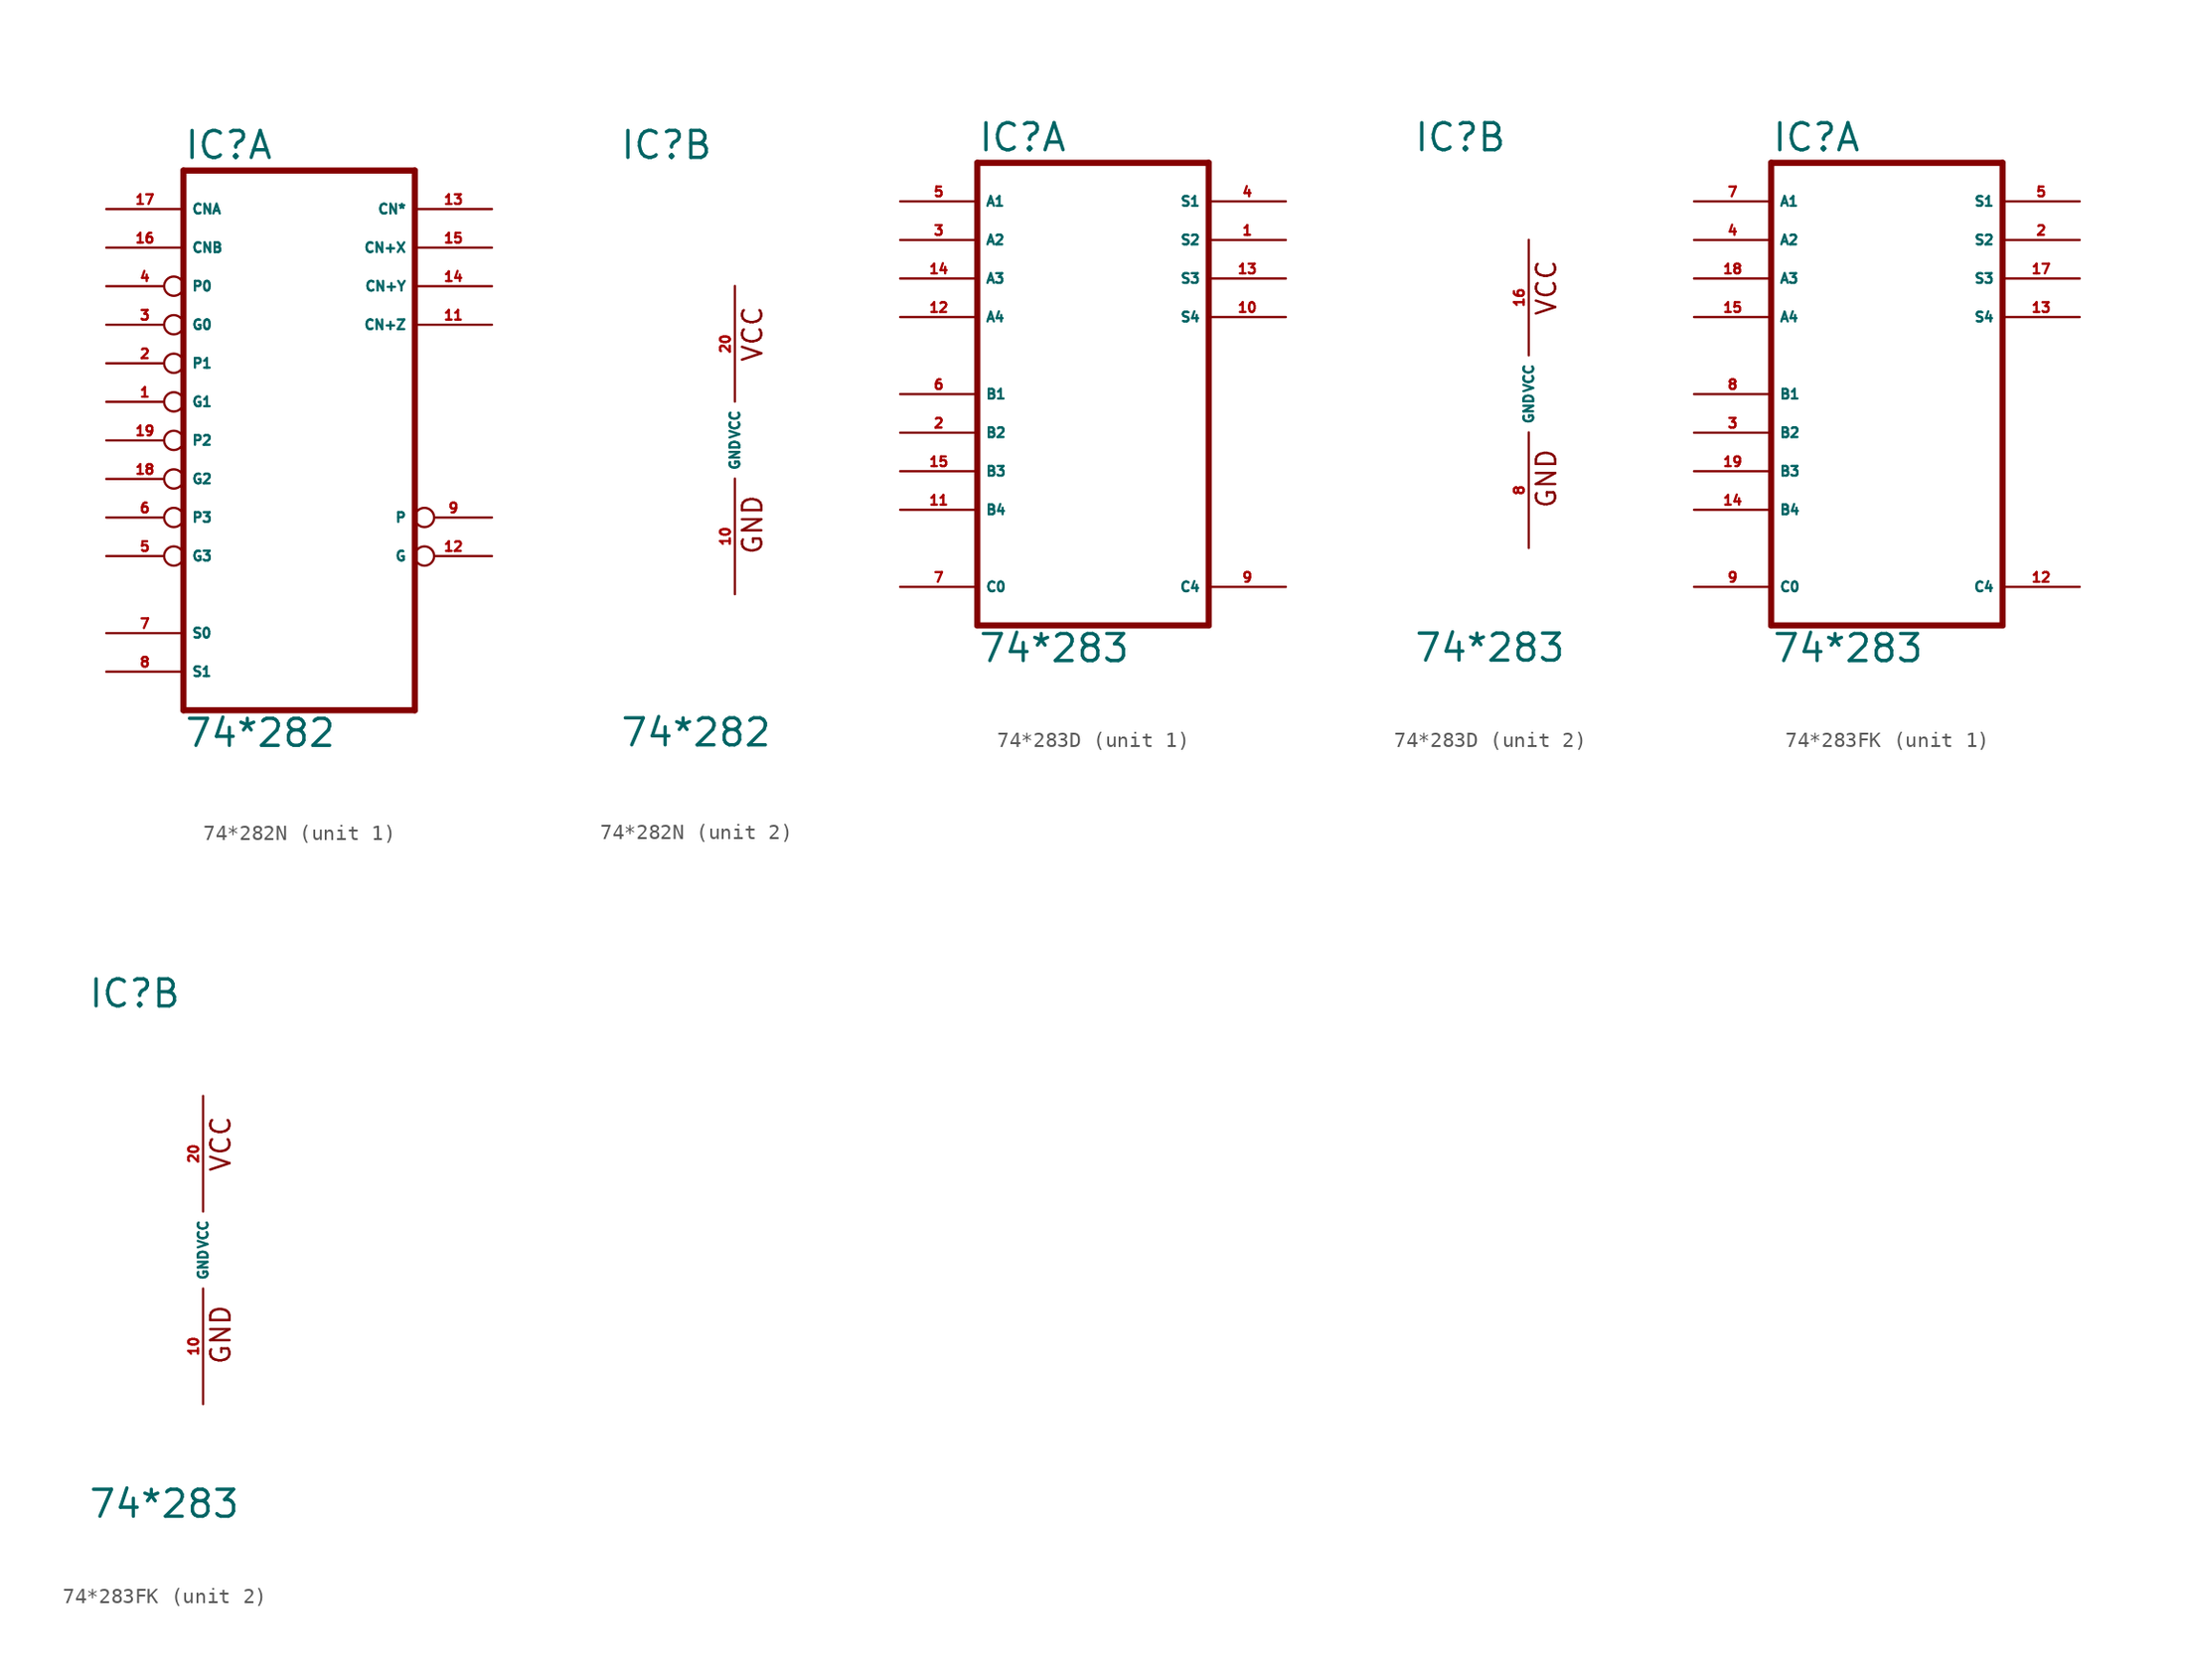
<source format=kicad_sym>
(kicad_symbol_lib
  (version 20220914)
  (generator Eagle2Kicad)
  (symbol "74*282N"
    (property "Reference" "IC"
      (at -7.62 18.415 0)
      (effects (font (size 1.778 1.778) (thickness 0.22)) (justify left bottom)))
    (property "Value" "74*282"
      (at -7.62 -20.32 0)
      (effects (font (size 1.778 1.778) (thickness 0.22)) (justify left bottom)))
    (symbol "74*282N_1_0"
      (polyline (pts (xy -7.62 -17.78) (xy 7.62 -17.78)) (stroke (width 0.406) (type default)) (fill (type none)))
      (polyline (pts (xy 7.62 -17.78) (xy 7.62 17.78)) (stroke (width 0.406) (type default)) (fill (type none)))
      (polyline (pts (xy 7.62 17.78) (xy -7.62 17.78)) (stroke (width 0.406) (type default)) (fill (type none)))
      (polyline (pts (xy -7.62 17.78) (xy -7.62 -17.78)) (stroke (width 0.406) (type default)) (fill (type none)))
      (pin input inverted (at -12.7 2.54 0) (length 5.08) (name "G1" (effects (font (size 0.635 0.635) (thickness 0.08)) (justify left bottom))) (number "1" (effects (font (size 0.635 0.635) (thickness 0.08)) (justify left bottom))))
      (pin input inverted (at -12.7 5.08 0) (length 5.08) (name "P1" (effects (font (size 0.635 0.635) (thickness 0.08)) (justify left bottom))) (number "2" (effects (font (size 0.635 0.635) (thickness 0.08)) (justify left bottom))))
      (pin input inverted (at -12.7 7.62 0) (length 5.08) (name "G0" (effects (font (size 0.635 0.635) (thickness 0.08)) (justify left bottom))) (number "3" (effects (font (size 0.635 0.635) (thickness 0.08)) (justify left bottom))))
      (pin input inverted (at -12.7 10.16 0) (length 5.08) (name "P0" (effects (font (size 0.635 0.635) (thickness 0.08)) (justify left bottom))) (number "4" (effects (font (size 0.635 0.635) (thickness 0.08)) (justify left bottom))))
      (pin input inverted (at -12.7 -7.62 0) (length 5.08) (name "G3" (effects (font (size 0.635 0.635) (thickness 0.08)) (justify left bottom))) (number "5" (effects (font (size 0.635 0.635) (thickness 0.08)) (justify left bottom))))
      (pin input inverted (at -12.7 -5.08 0) (length 5.08) (name "P3" (effects (font (size 0.635 0.635) (thickness 0.08)) (justify left bottom))) (number "6" (effects (font (size 0.635 0.635) (thickness 0.08)) (justify left bottom))))
      (pin input line (at -12.7 -12.7 0) (length 5.08) (name "S0" (effects (font (size 0.635 0.635) (thickness 0.08)) (justify left bottom))) (number "7" (effects (font (size 0.635 0.635) (thickness 0.08)) (justify left bottom))))
      (pin input line (at -12.7 -15.24 0) (length 5.08) (name "S1" (effects (font (size 0.635 0.635) (thickness 0.08)) (justify left bottom))) (number "8" (effects (font (size 0.635 0.635) (thickness 0.08)) (justify left bottom))))
      (pin output inverted (at 12.7 -5.08 180) (length 5.08) (name "P" (effects (font (size 0.635 0.635) (thickness 0.08)) (justify left bottom))) (number "9" (effects (font (size 0.635 0.635) (thickness 0.08)) (justify left bottom))))
      (pin output line (at 12.7 7.62 180) (length 5.08) (name "CN+Z" (effects (font (size 0.635 0.635) (thickness 0.08)) (justify left bottom))) (number "11" (effects (font (size 0.635 0.635) (thickness 0.08)) (justify left bottom))))
      (pin output inverted (at 12.7 -7.62 180) (length 5.08) (name "G" (effects (font (size 0.635 0.635) (thickness 0.08)) (justify left bottom))) (number "12" (effects (font (size 0.635 0.635) (thickness 0.08)) (justify left bottom))))
      (pin output line (at 12.7 15.24 180) (length 5.08) (name "CN*" (effects (font (size 0.635 0.635) (thickness 0.08)) (justify left bottom))) (number "13" (effects (font (size 0.635 0.635) (thickness 0.08)) (justify left bottom))))
      (pin output line (at 12.7 10.16 180) (length 5.08) (name "CN+Y" (effects (font (size 0.635 0.635) (thickness 0.08)) (justify left bottom))) (number "14" (effects (font (size 0.635 0.635) (thickness 0.08)) (justify left bottom))))
      (pin output line (at 12.7 12.7 180) (length 5.08) (name "CN+X" (effects (font (size 0.635 0.635) (thickness 0.08)) (justify left bottom))) (number "15" (effects (font (size 0.635 0.635) (thickness 0.08)) (justify left bottom))))
      (pin input line (at -12.7 12.7 0) (length 5.08) (name "CNB" (effects (font (size 0.635 0.635) (thickness 0.08)) (justify left bottom))) (number "16" (effects (font (size 0.635 0.635) (thickness 0.08)) (justify left bottom))))
      (pin input line (at -12.7 15.24 0) (length 5.08) (name "CNA" (effects (font (size 0.635 0.635) (thickness 0.08)) (justify left bottom))) (number "17" (effects (font (size 0.635 0.635) (thickness 0.08)) (justify left bottom))))
      (pin input inverted (at -12.7 -2.54 0) (length 5.08) (name "G2" (effects (font (size 0.635 0.635) (thickness 0.08)) (justify left bottom))) (number "18" (effects (font (size 0.635 0.635) (thickness 0.08)) (justify left bottom))))
      (pin input inverted (at -12.7 0 0) (length 5.08) (name "P2" (effects (font (size 0.635 0.635) (thickness 0.08)) (justify left bottom))) (number "19" (effects (font (size 0.635 0.635) (thickness 0.08)) (justify left bottom)))))
    (symbol "74*282N_2_0"
      (text "GND" (at 1.905 -7.62 900) (effects (font (size 1.27 1.27) (thickness 0.16)) (justify left bottom)))
      (text "VCC" (at 1.905 5.08 900) (effects (font (size 1.27 1.27) (thickness 0.16)) (justify left bottom)))
      (pin unspecified line (at 0 -10.16 90) (length 7.62) (name "GND" (effects (font (size 0.635 0.635) (thickness 0.08)) (justify left bottom))) (number "10" (effects (font (size 0.635 0.635) (thickness 0.08)) (justify left bottom))))
      (pin unspecified line (at 0 10.16 270) (length 7.62) (name "VCC" (effects (font (size 0.635 0.635) (thickness 0.08)) (justify left bottom))) (number "20" (effects (font (size 0.635 0.635) (thickness 0.08)) (justify left bottom))))))
  (symbol "74*283D"
    (property "Reference" "IC"
      (at -7.62 15.875 0)
      (effects (font (size 1.778 1.778) (thickness 0.22)) (justify left bottom)))
    (property "Value" "74*283"
      (at -7.62 -17.78 0)
      (effects (font (size 1.778 1.778) (thickness 0.22)) (justify left bottom)))
    (symbol "74*283D_1_0"
      (polyline (pts (xy -7.62 -15.24) (xy 7.62 -15.24)) (stroke (width 0.406) (type default)) (fill (type none)))
      (polyline (pts (xy 7.62 -15.24) (xy 7.62 15.24)) (stroke (width 0.406) (type default)) (fill (type none)))
      (polyline (pts (xy 7.62 15.24) (xy -7.62 15.24)) (stroke (width 0.406) (type default)) (fill (type none)))
      (polyline (pts (xy -7.62 15.24) (xy -7.62 -15.24)) (stroke (width 0.406) (type default)) (fill (type none)))
      (pin output line (at 12.7 10.16 180) (length 5.08) (name "S2" (effects (font (size 0.635 0.635) (thickness 0.08)) (justify left bottom))) (number "1" (effects (font (size 0.635 0.635) (thickness 0.08)) (justify left bottom))))
      (pin input line (at -12.7 -2.54 0) (length 5.08) (name "B2" (effects (font (size 0.635 0.635) (thickness 0.08)) (justify left bottom))) (number "2" (effects (font (size 0.635 0.635) (thickness 0.08)) (justify left bottom))))
      (pin input line (at -12.7 10.16 0) (length 5.08) (name "A2" (effects (font (size 0.635 0.635) (thickness 0.08)) (justify left bottom))) (number "3" (effects (font (size 0.635 0.635) (thickness 0.08)) (justify left bottom))))
      (pin output line (at 12.7 12.7 180) (length 5.08) (name "S1" (effects (font (size 0.635 0.635) (thickness 0.08)) (justify left bottom))) (number "4" (effects (font (size 0.635 0.635) (thickness 0.08)) (justify left bottom))))
      (pin input line (at -12.7 12.7 0) (length 5.08) (name "A1" (effects (font (size 0.635 0.635) (thickness 0.08)) (justify left bottom))) (number "5" (effects (font (size 0.635 0.635) (thickness 0.08)) (justify left bottom))))
      (pin input line (at -12.7 0 0) (length 5.08) (name "B1" (effects (font (size 0.635 0.635) (thickness 0.08)) (justify left bottom))) (number "6" (effects (font (size 0.635 0.635) (thickness 0.08)) (justify left bottom))))
      (pin input line (at -12.7 -12.7 0) (length 5.08) (name "C0" (effects (font (size 0.635 0.635) (thickness 0.08)) (justify left bottom))) (number "7" (effects (font (size 0.635 0.635) (thickness 0.08)) (justify left bottom))))
      (pin output line (at 12.7 -12.7 180) (length 5.08) (name "C4" (effects (font (size 0.635 0.635) (thickness 0.08)) (justify left bottom))) (number "9" (effects (font (size 0.635 0.635) (thickness 0.08)) (justify left bottom))))
      (pin output line (at 12.7 5.08 180) (length 5.08) (name "S4" (effects (font (size 0.635 0.635) (thickness 0.08)) (justify left bottom))) (number "10" (effects (font (size 0.635 0.635) (thickness 0.08)) (justify left bottom))))
      (pin input line (at -12.7 -7.62 0) (length 5.08) (name "B4" (effects (font (size 0.635 0.635) (thickness 0.08)) (justify left bottom))) (number "11" (effects (font (size 0.635 0.635) (thickness 0.08)) (justify left bottom))))
      (pin input line (at -12.7 5.08 0) (length 5.08) (name "A4" (effects (font (size 0.635 0.635) (thickness 0.08)) (justify left bottom))) (number "12" (effects (font (size 0.635 0.635) (thickness 0.08)) (justify left bottom))))
      (pin output line (at 12.7 7.62 180) (length 5.08) (name "S3" (effects (font (size 0.635 0.635) (thickness 0.08)) (justify left bottom))) (number "13" (effects (font (size 0.635 0.635) (thickness 0.08)) (justify left bottom))))
      (pin input line (at -12.7 7.62 0) (length 5.08) (name "A3" (effects (font (size 0.635 0.635) (thickness 0.08)) (justify left bottom))) (number "14" (effects (font (size 0.635 0.635) (thickness 0.08)) (justify left bottom))))
      (pin input line (at -12.7 -5.08 0) (length 5.08) (name "B3" (effects (font (size 0.635 0.635) (thickness 0.08)) (justify left bottom))) (number "15" (effects (font (size 0.635 0.635) (thickness 0.08)) (justify left bottom)))))
    (symbol "74*283D_2_0"
      (text "GND" (at 1.905 -7.62 900) (effects (font (size 1.27 1.27) (thickness 0.16)) (justify left bottom)))
      (text "VCC" (at 1.905 5.08 900) (effects (font (size 1.27 1.27) (thickness 0.16)) (justify left bottom)))
      (pin unspecified line (at 0 -10.16 90) (length 7.62) (name "GND" (effects (font (size 0.635 0.635) (thickness 0.08)) (justify left bottom))) (number "8" (effects (font (size 0.635 0.635) (thickness 0.08)) (justify left bottom))))
      (pin unspecified line (at 0 10.16 270) (length 7.62) (name "VCC" (effects (font (size 0.635 0.635) (thickness 0.08)) (justify left bottom))) (number "16" (effects (font (size 0.635 0.635) (thickness 0.08)) (justify left bottom))))))
  (symbol "74*283FK"
    (property "Reference" "IC"
      (at -7.62 15.875 0)
      (effects (font (size 1.778 1.778) (thickness 0.22)) (justify left bottom)))
    (property "Value" "74*283"
      (at -7.62 -17.78 0)
      (effects (font (size 1.778 1.778) (thickness 0.22)) (justify left bottom)))
    (symbol "74*283FK_1_0"
      (polyline (pts (xy -7.62 -15.24) (xy 7.62 -15.24)) (stroke (width 0.406) (type default)) (fill (type none)))
      (polyline (pts (xy 7.62 -15.24) (xy 7.62 15.24)) (stroke (width 0.406) (type default)) (fill (type none)))
      (polyline (pts (xy 7.62 15.24) (xy -7.62 15.24)) (stroke (width 0.406) (type default)) (fill (type none)))
      (polyline (pts (xy -7.62 15.24) (xy -7.62 -15.24)) (stroke (width 0.406) (type default)) (fill (type none)))
      (pin output line (at 12.7 10.16 180) (length 5.08) (name "S2" (effects (font (size 0.635 0.635) (thickness 0.08)) (justify left bottom))) (number "2" (effects (font (size 0.635 0.635) (thickness 0.08)) (justify left bottom))))
      (pin input line (at -12.7 -2.54 0) (length 5.08) (name "B2" (effects (font (size 0.635 0.635) (thickness 0.08)) (justify left bottom))) (number "3" (effects (font (size 0.635 0.635) (thickness 0.08)) (justify left bottom))))
      (pin input line (at -12.7 10.16 0) (length 5.08) (name "A2" (effects (font (size 0.635 0.635) (thickness 0.08)) (justify left bottom))) (number "4" (effects (font (size 0.635 0.635) (thickness 0.08)) (justify left bottom))))
      (pin output line (at 12.7 12.7 180) (length 5.08) (name "S1" (effects (font (size 0.635 0.635) (thickness 0.08)) (justify left bottom))) (number "5" (effects (font (size 0.635 0.635) (thickness 0.08)) (justify left bottom))))
      (pin input line (at -12.7 12.7 0) (length 5.08) (name "A1" (effects (font (size 0.635 0.635) (thickness 0.08)) (justify left bottom))) (number "7" (effects (font (size 0.635 0.635) (thickness 0.08)) (justify left bottom))))
      (pin input line (at -12.7 0 0) (length 5.08) (name "B1" (effects (font (size 0.635 0.635) (thickness 0.08)) (justify left bottom))) (number "8" (effects (font (size 0.635 0.635) (thickness 0.08)) (justify left bottom))))
      (pin input line (at -12.7 -12.7 0) (length 5.08) (name "C0" (effects (font (size 0.635 0.635) (thickness 0.08)) (justify left bottom))) (number "9" (effects (font (size 0.635 0.635) (thickness 0.08)) (justify left bottom))))
      (pin output line (at 12.7 -12.7 180) (length 5.08) (name "C4" (effects (font (size 0.635 0.635) (thickness 0.08)) (justify left bottom))) (number "12" (effects (font (size 0.635 0.635) (thickness 0.08)) (justify left bottom))))
      (pin output line (at 12.7 5.08 180) (length 5.08) (name "S4" (effects (font (size 0.635 0.635) (thickness 0.08)) (justify left bottom))) (number "13" (effects (font (size 0.635 0.635) (thickness 0.08)) (justify left bottom))))
      (pin input line (at -12.7 -7.62 0) (length 5.08) (name "B4" (effects (font (size 0.635 0.635) (thickness 0.08)) (justify left bottom))) (number "14" (effects (font (size 0.635 0.635) (thickness 0.08)) (justify left bottom))))
      (pin input line (at -12.7 5.08 0) (length 5.08) (name "A4" (effects (font (size 0.635 0.635) (thickness 0.08)) (justify left bottom))) (number "15" (effects (font (size 0.635 0.635) (thickness 0.08)) (justify left bottom))))
      (pin output line (at 12.7 7.62 180) (length 5.08) (name "S3" (effects (font (size 0.635 0.635) (thickness 0.08)) (justify left bottom))) (number "17" (effects (font (size 0.635 0.635) (thickness 0.08)) (justify left bottom))))
      (pin input line (at -12.7 7.62 0) (length 5.08) (name "A3" (effects (font (size 0.635 0.635) (thickness 0.08)) (justify left bottom))) (number "18" (effects (font (size 0.635 0.635) (thickness 0.08)) (justify left bottom))))
      (pin input line (at -12.7 -5.08 0) (length 5.08) (name "B3" (effects (font (size 0.635 0.635) (thickness 0.08)) (justify left bottom))) (number "19" (effects (font (size 0.635 0.635) (thickness 0.08)) (justify left bottom)))))
    (symbol "74*283FK_2_0"
      (text "GND" (at 1.905 -7.62 900) (effects (font (size 1.27 1.27) (thickness 0.16)) (justify left bottom)))
      (text "VCC" (at 1.905 5.08 900) (effects (font (size 1.27 1.27) (thickness 0.16)) (justify left bottom)))
      (pin unspecified line (at 0 -10.16 90) (length 7.62) (name "GND" (effects (font (size 0.635 0.635) (thickness 0.08)) (justify left bottom))) (number "10" (effects (font (size 0.635 0.635) (thickness 0.08)) (justify left bottom))))
      (pin unspecified line (at 0 10.16 270) (length 7.62) (name "VCC" (effects (font (size 0.635 0.635) (thickness 0.08)) (justify left bottom))) (number "20" (effects (font (size 0.635 0.635) (thickness 0.08)) (justify left bottom)))))))
</source>
